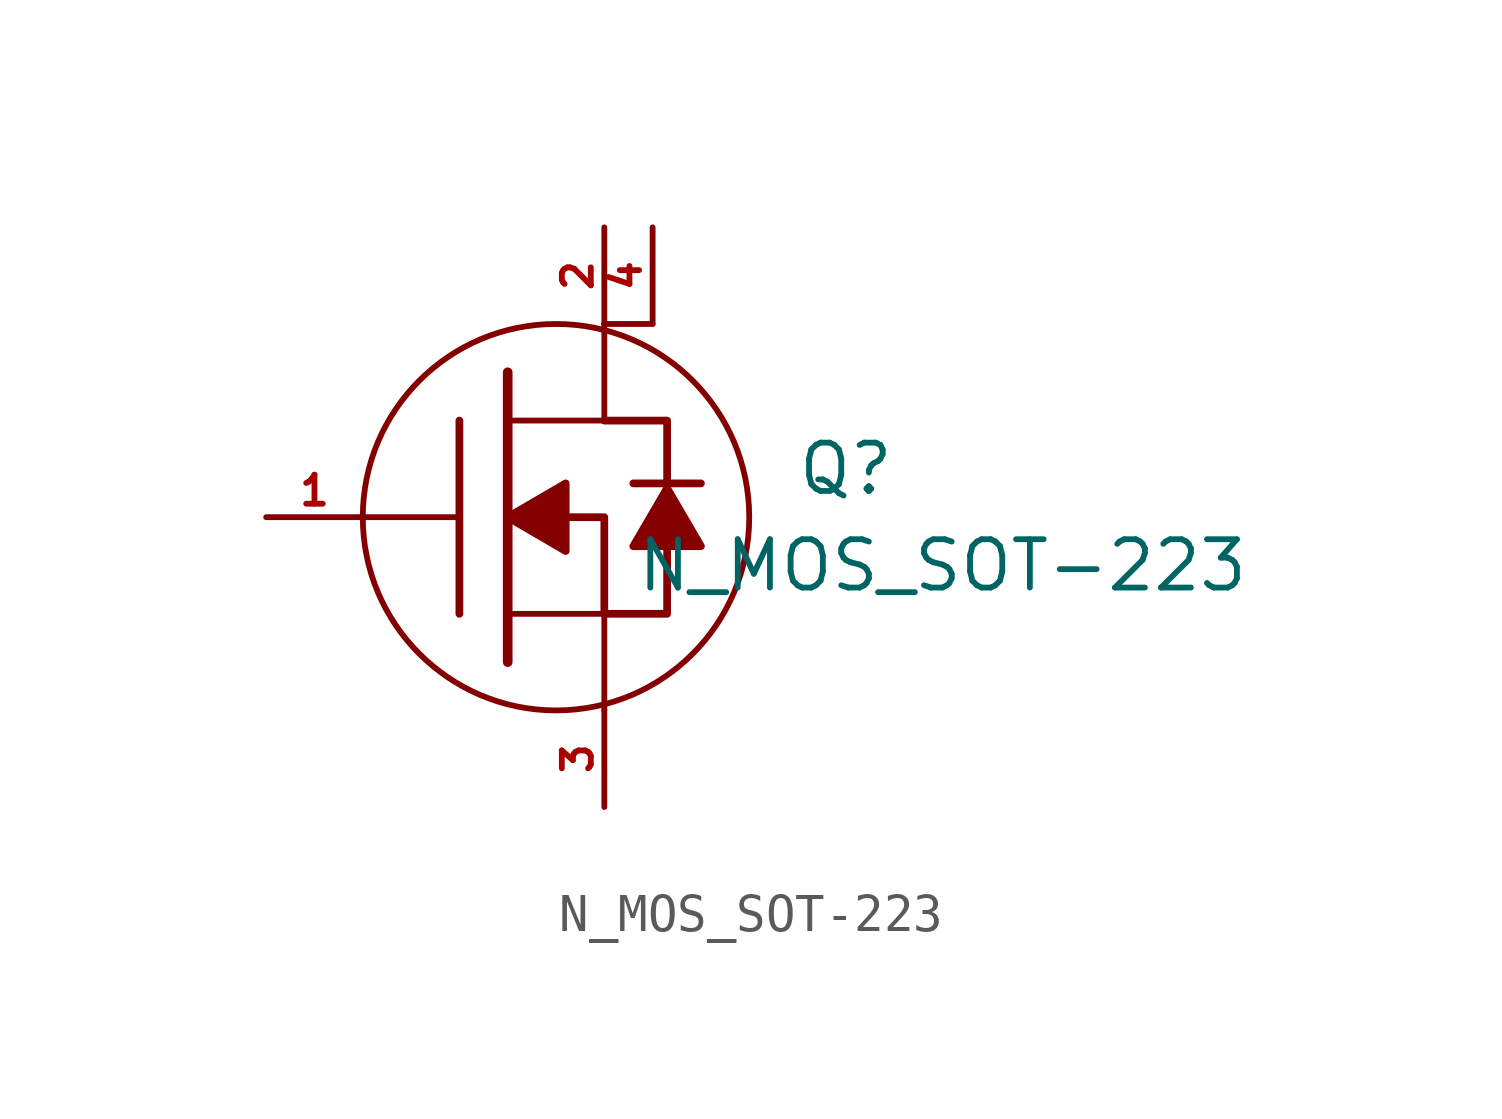
<source format=kicad_sym>
(kicad_symbol_lib
  (version 20211014)
  (generator kicad_symbol_editor)
  (symbol "N_MOS_SOT-223"
    (pin_names
      (offset 1.016) hide)
    (property "Reference" "Q"
      (at 7.62 1.27 0)
      (effects (font (size 1.27 1.27))))
    (property "Value" "N_MOS_SOT-223"
      (at 10.16 -1.27 0)
      (effects (font (size 1.27 1.27))))
    (symbol "N_MOS_SOT-223_0_1"
      (polyline (pts (xy 1.27 5.08) (xy 1.27 5.08)) (stroke (width 0) (type default) (color 0 0 0 0)) (fill (type none)))
      (polyline (pts (xy 2.54 5.08) (xy 1.27 5.08)) (stroke (width 0) (type default) (color 0 0 0 0)) (fill (type none))))
    (symbol "N_MOS_SOT-223_1_1"
      (polyline (pts (xy -5.08 0) (xy -2.54 0)) (stroke (width 0) (type default) (color 0 0 0 0)) (fill (type none)))
      (polyline (pts (xy -2.54 -2.54) (xy -2.54 2.54)) (stroke (width 0.203) (type default) (color 0 0 0 0)) (fill (type none)))
      (polyline (pts (xy -1.27 -3.81) (xy -1.27 3.81)) (stroke (width 0.254) (type default) (color 0 0 0 0)) (fill (type none)))
      (polyline (pts (xy 1.27 -5.08) (xy 1.27 -2.54)) (stroke (width 0) (type default) (color 0 0 0 0)) (fill (type none)))
      (polyline (pts (xy 1.27 -2.54) (xy -1.27 -2.54)) (stroke (width 0) (type default) (color 0 0 0 0)) (fill (type none)))
      (polyline (pts (xy 1.27 2.54) (xy -1.27 2.54)) (stroke (width 0) (type default) (color 0 0 0 0)) (fill (type none)))
      (polyline (pts (xy 1.27 5.08) (xy 1.27 2.54)) (stroke (width 0) (type default) (color 0 0 0 0)) (fill (type none)))
      (polyline (pts (xy 3.81 0.889) (xy 2.032 0.889)) (stroke (width 0.203) (type default) (color 0 0 0 0)) (fill (type none)))
      (polyline (pts (xy 1.27 -2.54) (xy 1.27 0) (xy 0 0)) (stroke (width 0.203) (type default) (color 0 0 0 0)) (fill (type none)))
      (polyline (pts (xy 0.254 0.889) (xy 0.254 -0.889) (xy -1.27 0) (xy 0.254 0.889)) (stroke (width 0.203) (type default) (color 0 0 0 0)) (fill (type outline)))
      (polyline (pts (xy 1.27 -2.54) (xy 2.921 -2.54) (xy 2.921 2.54) (xy 1.27 2.54)) (stroke (width 0.203) (type default) (color 0 0 0 0)) (fill (type none)))
      (polyline (pts (xy 2.032 -0.762) (xy 3.81 -0.762) (xy 2.921 0.762) (xy 2.032 -0.762)) (stroke (width 0.203) (type default) (color 0 0 0 0)) (fill (type outline)))
      (circle (center 0 0) (radius 5.08) (stroke (width 0) (type default) (color 0 0 0 0)) (fill (type none)))
      (pin input line (at -7.62 0 0) (length 2.54) (name "G" (effects (font (size 1.016 1.016)))) (number "1" (effects (font (size 0.762 0.762)))))
      (pin open_collector line (at 1.27 7.62 270) (length 2.54) (name "D" (effects (font (size 1.016 1.016)))) (number "2" (effects (font (size 0.762 0.762)))))
      (pin open_emitter line (at 1.27 -7.62 90) (length 2.54) (name "S" (effects (font (size 1.016 1.016)))) (number "3" (effects (font (size 0.762 0.762)))))
      (pin open_collector line (at 2.54 7.62 270) (length 2.54) (name "D" (effects (font (size 1.016 1.016)))) (number "4" (effects (font (size 0.762 0.762))))))))
</source>
